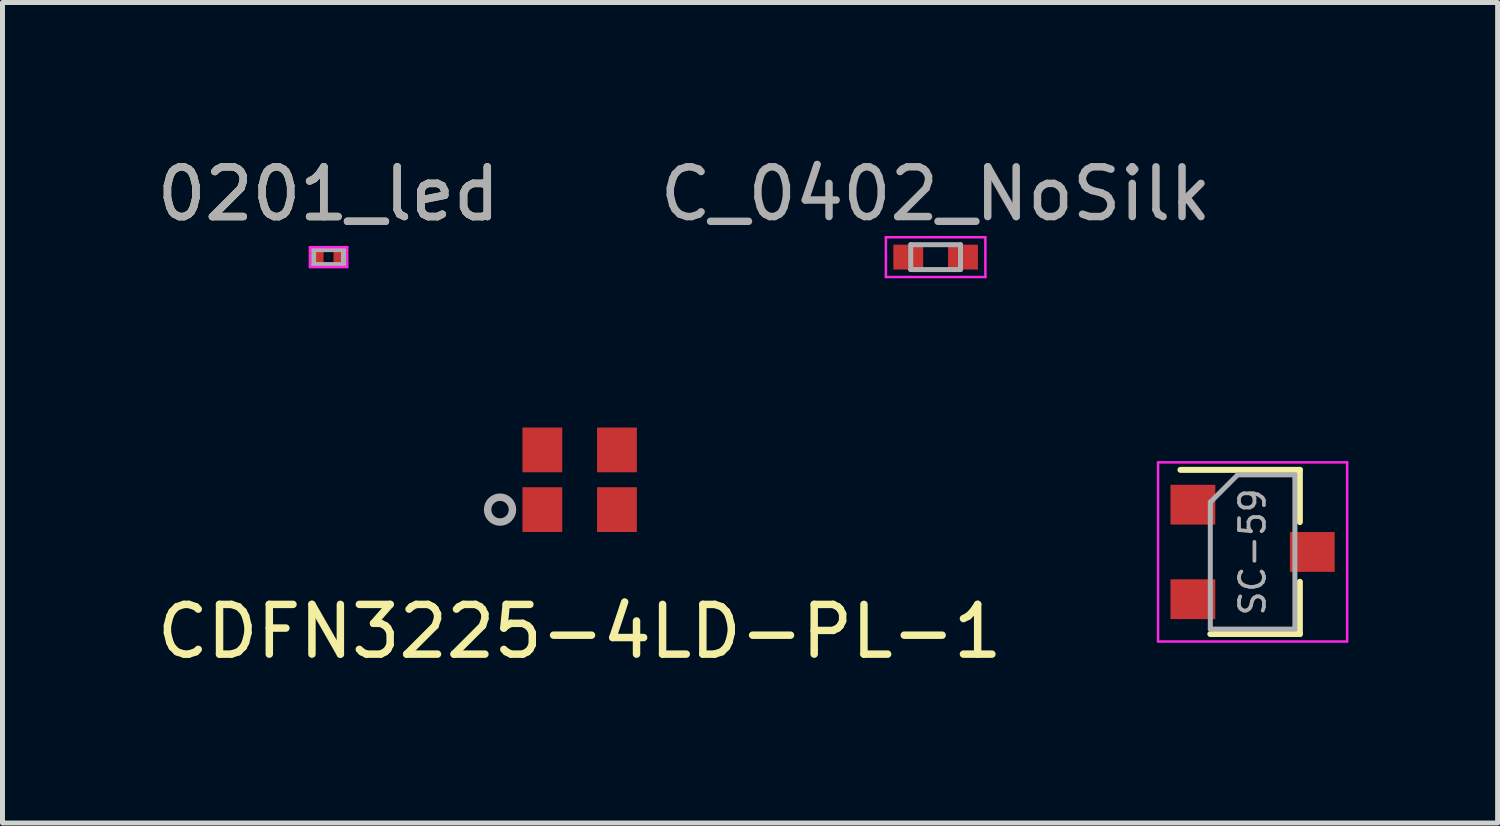
<source format=kicad_pcb>
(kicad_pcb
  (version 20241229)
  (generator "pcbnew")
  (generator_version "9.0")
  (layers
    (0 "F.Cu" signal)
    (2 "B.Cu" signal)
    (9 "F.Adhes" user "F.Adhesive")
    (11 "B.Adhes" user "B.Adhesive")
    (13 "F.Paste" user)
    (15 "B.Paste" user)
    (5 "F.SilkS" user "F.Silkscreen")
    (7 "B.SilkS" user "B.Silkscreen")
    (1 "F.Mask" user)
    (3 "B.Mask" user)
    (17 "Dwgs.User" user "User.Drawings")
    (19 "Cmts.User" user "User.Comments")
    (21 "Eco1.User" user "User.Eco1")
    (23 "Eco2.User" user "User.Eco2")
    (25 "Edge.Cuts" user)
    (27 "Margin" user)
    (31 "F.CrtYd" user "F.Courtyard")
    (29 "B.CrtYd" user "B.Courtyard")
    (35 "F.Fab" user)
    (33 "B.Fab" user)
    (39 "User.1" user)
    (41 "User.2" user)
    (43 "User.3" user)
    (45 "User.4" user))
  (footprint "0201_led"
    (layer "F.Cu")
    (at 3.554 2.118)
    (property "Reference" "0201_led" (at 0 -1.27 0) (layer "F.SilkS") (effects (font (size 1 1) (thickness 0.15))))
    (attr smd)
    (fp_line (start -0.375 -0.2) (end -0.375 0.2) (stroke (width 0.05) (type solid)) (layer "F.CrtYd"))
    (fp_line (start -0.375 -0.2) (end 0.375 -0.2) (stroke (width 0.05) (type solid)) (layer "F.CrtYd"))
    (fp_line (start 0.375 0.2) (end -0.375 0.2) (stroke (width 0.05) (type solid)) (layer "F.CrtYd"))
    (fp_line (start 0.375 0.2) (end 0.375 -0.2) (stroke (width 0.05) (type solid)) (layer "F.CrtYd"))
    (fp_line (start -0.3 -0.15) (end 0.3 -0.15) (stroke (width 0.1) (type solid)) (layer "F.Fab"))
    (fp_line (start -0.3 0.15) (end -0.3 -0.15) (stroke (width 0.1) (type solid)) (layer "F.Fab"))
    (fp_line (start 0.3 -0.15) (end 0.3 0.15) (stroke (width 0.1) (type solid)) (layer "F.Fab"))
    (fp_line (start 0.3 0.15) (end -0.3 0.15) (stroke (width 0.1) (type solid)) (layer "F.Fab"))
    (fp_text user "${REFERENCE}" (at 0 -1.27 0) (layer "F.Fab") (effects (font (size 1 1) (thickness 0.15))))
    (pad "1" smd roundrect (at -0.2 0) (size 0.2 0.35) (layers "F.Cu" "F.Mask" "F.Paste") (roundrect_rratio 0.25))
    (pad "2" smd roundrect (at 0.2 0) (size 0.2 0.35) (layers "F.Cu" "F.Mask" "F.Paste") (roundrect_rratio 0.25)))
  (footprint "SC-59"
    (layer "F.Cu")
    (at 22.127 8.044)
    (property "Reference" "SC-59" (at 0 -2.5 0) (layer "F.SilkS") (effects (font (size 0.001 0.001) (thickness 0.15))))
    (attr smd)
    (fp_line (start -1.45 -1.65) (end 0.95 -1.65) (stroke (width 0.12) (type solid)) (layer "F.SilkS"))
    (fp_line (start -0.85 1.65) (end 0.95 1.65) (stroke (width 0.12) (type solid)) (layer "F.SilkS"))
    (fp_line (start 0.95 -1.65) (end 0.95 -0.6) (stroke (width 0.12) (type solid)) (layer "F.SilkS"))
    (fp_line (start 0.95 1.65) (end 0.95 0.6) (stroke (width 0.12) (type solid)) (layer "F.SilkS"))
    (fp_line (start -1.9 -1.8) (end -1.9 1.8) (stroke (width 0.05) (type solid)) (layer "F.CrtYd"))
    (fp_line (start -1.9 -1.8) (end 1.9 -1.8) (stroke (width 0.05) (type solid)) (layer "F.CrtYd"))
    (fp_line (start 1.9 1.8) (end -1.9 1.8) (stroke (width 0.05) (type solid)) (layer "F.CrtYd"))
    (fp_line (start 1.9 1.8) (end 1.9 -1.8) (stroke (width 0.05) (type solid)) (layer "F.CrtYd"))
    (fp_line (start -0.85 1.55) (end -0.85 -1) (stroke (width 0.1) (type solid)) (layer "F.Fab"))
    (fp_line (start -0.85 1.55) (end 0.85 1.55) (stroke (width 0.1) (type solid)) (layer "F.Fab"))
    (fp_line (start -0.3 -1.55) (end -0.85 -1) (stroke (width 0.1) (type solid)) (layer "F.Fab"))
    (fp_line (start -0.3 -1.55) (end 0.85 -1.55) (stroke (width 0.1) (type solid)) (layer "F.Fab"))
    (fp_line (start 0.85 -1.52) (end 0.85 1.52) (stroke (width 0.1) (type solid)) (layer "F.Fab"))
    (fp_text user "${REFERENCE}" (at 0 0 90) (layer "F.Fab") (effects (font (size 0.5 0.5) (thickness 0.075))))
    (pad "1" smd rect (at -1.2 -0.95) (size 0.9 0.8) (layers "F.Cu" "F.Mask" "F.Paste"))
    (pad "2" smd rect (at -1.2 0.95) (size 0.9 0.8) (layers "F.Cu" "F.Mask" "F.Paste"))
    (pad "3" smd rect (at 1.2 0) (size 0.9 0.8) (layers "F.Cu" "F.Mask" "F.Paste")))
  (footprint "CDFN3225-4LD-PL-1"
    (layer "F.Cu")
    (at 8.601 6.593)
    (property "Reference" "CDFN3225-4LD-PL-1" (at 0 3.05 0) (layer "F.SilkS") (effects (font (size 1 1) (thickness 0.15))))
    (attr through_hole)
    (fp_circle (center -1.6 0.6) (end -1.4 0.45) (stroke (width 0.15) (type solid)) (fill no) (layer "F.Fab"))
    (pad "1" smd rect (at -0.75 0.6 90) (size 0.9 0.8) (layers "F.Cu" "F.Mask" "F.Paste"))
    (pad "2" smd rect (at 0.75 0.6 90) (size 0.9 0.8) (layers "F.Cu" "F.Mask" "F.Paste"))
    (pad "3" smd rect (at 0.75 -0.6 90) (size 0.9 0.8) (layers "F.Cu" "F.Mask" "F.Paste"))
    (pad "4" smd rect (at -0.75 -0.6 90) (size 0.9 0.8) (layers "F.Cu" "F.Mask" "F.Paste")))
  (footprint "C_0402_NoSilk"
    (layer "F.Cu")
    (at 15.756 2.118)
    (property "Reference" "C_0402_NoSilk" (at 0 -1.27 0) (layer "F.SilkS") (effects (font (size 0.001 0.001) (thickness 0.15))))
    (attr smd)
    (fp_line (start -1 -0.4) (end -1 0.4) (stroke (width 0.05) (type solid)) (layer "F.CrtYd"))
    (fp_line (start -1 -0.4) (end 1 -0.4) (stroke (width 0.05) (type solid)) (layer "F.CrtYd"))
    (fp_line (start 1 0.4) (end -1 0.4) (stroke (width 0.05) (type solid)) (layer "F.CrtYd"))
    (fp_line (start 1 0.4) (end 1 -0.4) (stroke (width 0.05) (type solid)) (layer "F.CrtYd"))
    (fp_line (start -0.5 -0.25) (end 0.5 -0.25) (stroke (width 0.1) (type solid)) (layer "F.Fab"))
    (fp_line (start -0.5 0.25) (end -0.5 -0.25) (stroke (width 0.1) (type solid)) (layer "F.Fab"))
    (fp_line (start 0.5 -0.25) (end 0.5 0.25) (stroke (width 0.1) (type solid)) (layer "F.Fab"))
    (fp_line (start 0.5 0.25) (end -0.5 0.25) (stroke (width 0.1) (type solid)) (layer "F.Fab"))
    (fp_text user "${REFERENCE}" (at 0 -1.27 0) (layer "F.Fab") (effects (font (size 1 1) (thickness 0.15))))
    (pad "1" smd rect (at -0.55 0) (size 0.6 0.5) (layers "F.Cu" "F.Mask" "F.Paste"))
    (pad "2" smd rect (at 0.55 0) (size 0.6 0.5) (layers "F.Cu" "F.Mask" "F.Paste")))
  (gr_rect
    (start -3 -3)
    (end 27.052 13.492)
    (stroke (width 0.1) (type default))
    (fill no)
    (layer "Edge.Cuts")))
</source>
